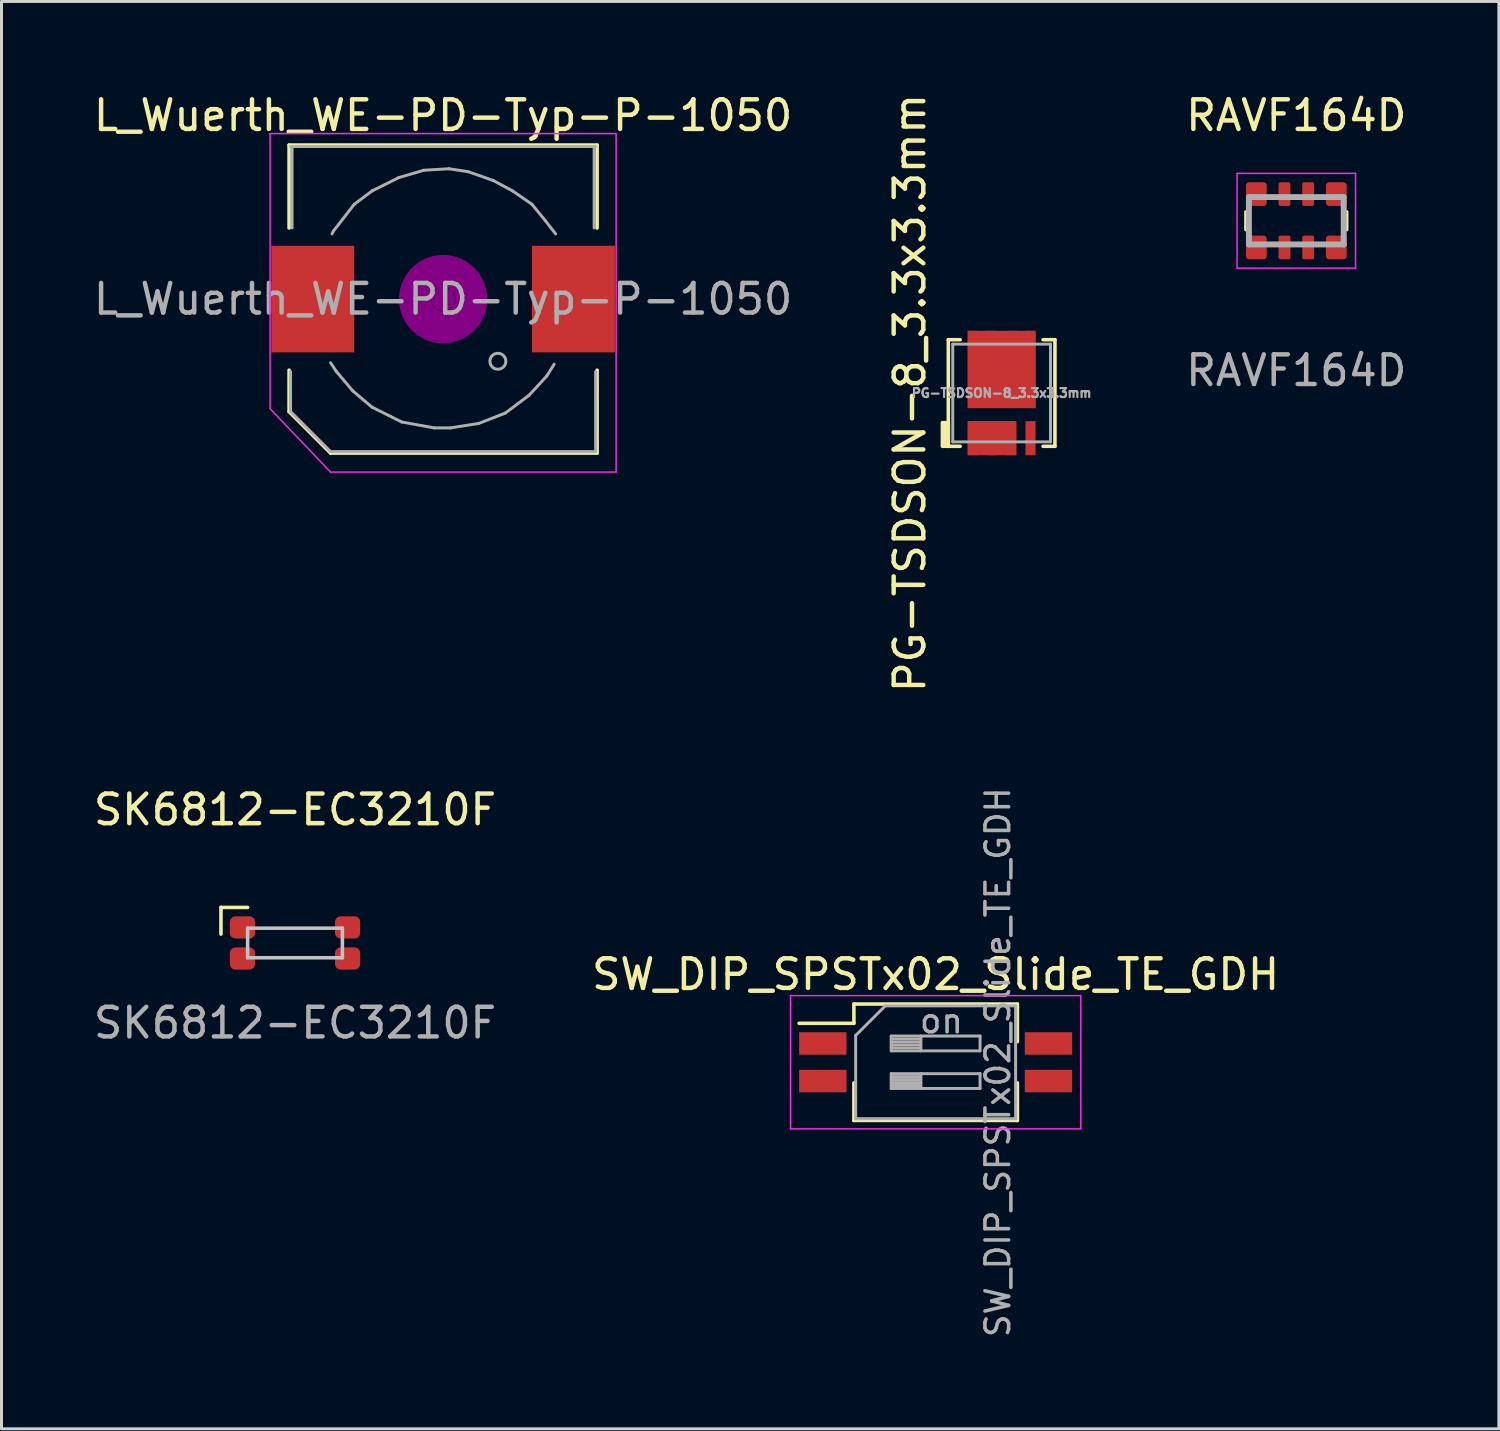
<source format=kicad_pcb>
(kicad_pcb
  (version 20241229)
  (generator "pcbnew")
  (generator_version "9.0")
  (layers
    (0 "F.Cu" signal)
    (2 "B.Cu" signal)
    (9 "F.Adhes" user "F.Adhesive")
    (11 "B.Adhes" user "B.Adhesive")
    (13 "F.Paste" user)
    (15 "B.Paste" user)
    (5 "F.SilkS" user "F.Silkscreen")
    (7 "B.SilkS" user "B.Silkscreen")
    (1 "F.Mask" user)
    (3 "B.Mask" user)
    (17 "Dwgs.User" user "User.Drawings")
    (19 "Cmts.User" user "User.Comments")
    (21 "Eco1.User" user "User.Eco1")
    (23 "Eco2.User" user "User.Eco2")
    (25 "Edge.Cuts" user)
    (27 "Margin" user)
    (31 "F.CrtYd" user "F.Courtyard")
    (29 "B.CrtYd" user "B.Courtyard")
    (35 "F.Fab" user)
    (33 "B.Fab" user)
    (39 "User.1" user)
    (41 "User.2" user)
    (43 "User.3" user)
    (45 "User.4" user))
  (footprint "PG-TSDSON-8_3.3x3.3mm"
    (layer "F.Cu")
    (at 30.77 10.22)
    (property "Reference" "PG-TSDSON-8_3.3x3.3mm" (at -3.1 0 90) (unlocked yes) (layer "F.SilkS") (effects (font (size 1 1) (thickness 0.15))))
    (attr smd)
    (fp_line (start -1.8 -1.8) (end -1.4 -1.8) (stroke (width 0.12) (type default)) (layer "F.SilkS"))
    (fp_line (start -1.8 1.8) (end -1.8 -1.8) (stroke (width 0.12) (type default)) (layer "F.SilkS"))
    (fp_line (start -1.8 1.8) (end -1.4 1.8) (stroke (width 0.12) (type default)) (layer "F.SilkS"))
    (fp_line (start 1.8 -1.8) (end 1.4 -1.8) (stroke (width 0.12) (type default)) (layer "F.SilkS"))
    (fp_line (start 1.8 -1.8) (end 1.8 1.8) (stroke (width 0.12) (type default)) (layer "F.SilkS"))
    (fp_line (start 1.8 1.8) (end 1.4 1.8) (stroke (width 0.12) (type default)) (layer "F.SilkS"))
    (fp_rect (start -2 1) (end -1.8 1.8) (stroke (width 0.12) (type solid)) (fill yes) (layer "F.SilkS"))
    (fp_line (start -1.65 -1.65) (end -1.65 1.65) (stroke (width 0.1) (type default)) (layer "F.Fab"))
    (fp_line (start -1.65 -1.65) (end 1.65 -1.65) (stroke (width 0.1) (type default)) (layer "F.Fab"))
    (fp_line (start 1.65 -1.65) (end 1.65 1.65) (stroke (width 0.1) (type default)) (layer "F.Fab"))
    (fp_line (start 1.65 1.65) (end -1.65 1.65) (stroke (width 0.1) (type default)) (layer "F.Fab"))
    (fp_text user "${REFERENCE}" (at 0 0 0) (unlocked yes) (layer "F.Fab") (effects (font (size 0.3 0.3) (thickness 0.075) (bold yes))))
    (pad "1" smd rect (at -0.975 1.725) (size 0.34 0.75) (layers "F.Cu" "F.Mask" "F.Paste"))
    (pad "1" smd rect (at -0.325 1.15 180) (size 1.64 0.4) (layers "F.Cu" "F.Mask" "F.Paste"))
    (pad "1" smd rect (at -0.325 1.525) (size 1.64 1.15) (layers "F.Cu"))
    (pad "1" smd rect (at -0.325 1.725) (size 0.34 0.75) (layers "F.Cu" "F.Mask" "F.Paste"))
    (pad "1" smd rect (at 0.325 1.725) (size 0.34 0.75) (layers "F.Cu" "F.Mask" "F.Paste"))
    (pad "2" smd rect (at 0.975 1.525) (size 0.34 1.15) (layers "F.Cu" "F.Mask" "F.Paste"))
    (pad "3" smd rect (at -0.975 -1.675) (size 0.34 0.85) (layers "F.Cu" "F.Mask" "F.Paste"))
    (pad "3" smd rect (at -0.375 -1.675) (size 0.34 0.85) (layers "F.Cu" "F.Mask" "F.Paste"))
    (pad "3" smd rect (at 0 -0.795 180) (size 2.29 2.61) (layers "F.Cu"))
    (pad "3" smd rect (at 0 -0.37 180) (size 2.29 1.76) (layers "F.Cu" "F.Mask"))
    (pad "3" smd rect (at 0.4 -1.675) (size 0.34 0.85) (layers "F.Cu" "F.Mask" "F.Paste"))
    (pad "3" smd rect (at 0.975 -1.675) (size 0.34 0.85) (layers "F.Cu" "F.Mask" "F.Paste")))
  (footprint "SK6812-EC3210F"
    (layer "F.Cu")
    (at 6.911 28.789)
    (property "Reference" "SK6812-EC3210F" (at 0 -4.5 0) (unlocked yes) (layer "F.SilkS") (effects (font (size 1 1) (thickness 0.15))))
    (attr smd)
    (fp_line (start -2.5 -1.2) (end -1.6 -1.2) (stroke (width 0.12) (type default)) (layer "F.SilkS"))
    (fp_line (start -2.5 -0.3) (end -2.5 -1.2) (stroke (width 0.12) (type default)) (layer "F.SilkS"))
    (fp_line (start -1.6 -0.5) (end 1.6 -0.5) (stroke (width 0.12) (type solid)) (layer "Dwgs.User"))
    (fp_line (start -1.6 0.5) (end -1.6 -0.5) (stroke (width 0.12) (type solid)) (layer "Dwgs.User"))
    (fp_line (start -1.6 0.5) (end 1.6 0.5) (stroke (width 0.12) (type solid)) (layer "Dwgs.User"))
    (fp_line (start 1.6 0.5) (end 1.6 -0.5) (stroke (width 0.12) (type solid)) (layer "Dwgs.User"))
    (fp_line (start -1 -0.5) (end 1 -0.5) (stroke (width 0.12) (type solid)) (layer "User.2"))
    (fp_line (start -1 0.5) (end 1 0.5) (stroke (width 0.12) (type solid)) (layer "User.2"))
    (fp_text user "${REFERENCE}" (at 0 2.7 0) (unlocked yes) (layer "F.Fab") (effects (font (size 1 1) (thickness 0.15))))
    (pad "1" smd roundrect (at -1.775 -0.525) (size 0.85 0.75) (layers "F.Cu" "F.Mask" "F.Paste") (roundrect_rratio 0.25))
    (pad "2" smd roundrect (at -1.775 0.525) (size 0.85 0.75) (layers "F.Cu" "F.Mask" "F.Paste") (roundrect_rratio 0.25))
    (pad "3" smd roundrect (at 1.775 0.525) (size 0.85 0.75) (layers "F.Cu" "F.Mask" "F.Paste") (roundrect_rratio 0.25))
    (pad "4" smd roundrect (at 1.775 -0.525) (size 0.85 0.75) (layers "F.Cu" "F.Mask" "F.Paste") (roundrect_rratio 0.25)))
  (footprint "RAVF164D"
    (layer "F.Cu")
    (at 40.72 4.404)
    (property "Reference" "RAVF164D" (at 0 -3.556 0) (unlocked yes) (layer "F.SilkS") (effects (font (size 1 1) (thickness 0.15))))
    (attr smd)
    (fp_line (start -1.7 -0.3) (end -1.7 0.3) (stroke (width 0.12) (type default)) (layer "F.SilkS"))
    (fp_line (start 1.7 -0.3) (end 1.7 0.3) (stroke (width 0.12) (type default)) (layer "F.SilkS"))
    (fp_line (start -2 -1.6) (end -2 1.6) (stroke (width 0.05) (type default)) (layer "F.CrtYd"))
    (fp_line (start -2 -1.6) (end 2 -1.6) (stroke (width 0.05) (type default)) (layer "F.CrtYd"))
    (fp_line (start -2 1.6) (end 2 1.6) (stroke (width 0.05) (type default)) (layer "F.CrtYd"))
    (fp_line (start 2 -1.6) (end 2 1.6) (stroke (width 0.05) (type default)) (layer "F.CrtYd"))
    (fp_line (start -1.6 -0.8) (end -1.6 0.8) (stroke (width 0.2) (type default)) (layer "F.Fab"))
    (fp_line (start -1.6 -0.8) (end 1.6 -0.8) (stroke (width 0.2) (type default)) (layer "F.Fab"))
    (fp_line (start -1.6 0.8) (end 1.6 0.8) (stroke (width 0.2) (type default)) (layer "F.Fab"))
    (fp_line (start 1.6 -0.8) (end 1.6 0.8) (stroke (width 0.2) (type default)) (layer "F.Fab"))
    (fp_text user "${REFERENCE}" (at 0 5.056 0) (unlocked yes) (layer "F.Fab") (effects (font (size 1 1) (thickness 0.15))))
    (pad "1" smd roundrect (at -1.35 0.9) (size 0.7 0.8) (layers "F.Cu" "F.Mask" "F.Paste") (roundrect_rratio 0.15))
    (pad "2" smd roundrect (at -0.4 0.9) (size 0.4 0.8) (layers "F.Cu" "F.Mask" "F.Paste") (roundrect_rratio 0.15))
    (pad "3" smd roundrect (at 0.4 0.9) (size 0.4 0.8) (layers "F.Cu" "F.Mask" "F.Paste") (roundrect_rratio 0.15))
    (pad "4" smd roundrect (at 1.35 0.9) (size 0.7 0.8) (layers "F.Cu" "F.Mask" "F.Paste") (roundrect_rratio 0.15))
    (pad "5" smd roundrect (at 1.35 -0.9) (size 0.7 0.8) (layers "F.Cu" "F.Mask" "F.Paste") (roundrect_rratio 0.15))
    (pad "6" smd roundrect (at 0.4 -0.9) (size 0.4 0.8) (layers "F.Cu" "F.Mask" "F.Paste") (roundrect_rratio 0.15))
    (pad "7" smd roundrect (at -0.4 -0.9) (size 0.4 0.8) (layers "F.Cu" "F.Mask" "F.Paste") (roundrect_rratio 0.15))
    (pad "8" smd roundrect (at -1.35 -0.9) (size 0.7 0.8) (layers "F.Cu" "F.Mask" "F.Paste") (roundrect_rratio 0.15)))
  (footprint "L_Wuerth_WE-PD-Typ-P-1050"
    (layer "F.Cu")
    (at 11.911 7.048)
    (property "Reference" "L_Wuerth_WE-PD-Typ-P-1050" (at 0 -6.2 0) (layer "F.SilkS") (effects (font (size 1 1) (thickness 0.15))))
    (attr smd)
    (fp_line (start -5.2 -5.2) (end 5.2 -5.2) (stroke (width 0.12) (type solid)) (layer "F.SilkS"))
    (fp_line (start -5.2 -2.4) (end -5.2 -5.2) (stroke (width 0.12) (type solid)) (layer "F.SilkS"))
    (fp_line (start -5.2 3.8) (end -5.2 2.4) (stroke (width 0.12) (type solid)) (layer "F.SilkS"))
    (fp_line (start -3.8 5.2) (end -5.2 3.8) (stroke (width 0.12) (type solid)) (layer "F.SilkS"))
    (fp_line (start 5.2 -5.2) (end 5.2 -2.4) (stroke (width 0.12) (type solid)) (layer "F.SilkS"))
    (fp_line (start 5.2 2.4) (end 5.2 5.2) (stroke (width 0.12) (type solid)) (layer "F.SilkS"))
    (fp_line (start 5.2 5.2) (end -3.8 5.2) (stroke (width 0.12) (type solid)) (layer "F.SilkS"))
    (fp_circle (center 0 0) (end 0.15 0.15) (stroke (width 0.38) (type solid)) (fill no) (layer "F.Adhes"))
    (fp_circle (center 0 0) (end 0.6 0.05) (stroke (width 0.38) (type solid)) (fill no) (layer "F.Adhes"))
    (fp_circle (center 0 0) (end 0.95 0) (stroke (width 0.38) (type solid)) (fill no) (layer "F.Adhes"))
    (fp_circle (center 0 0) (end 1.3 0.05) (stroke (width 0.38) (type solid)) (fill no) (layer "F.Adhes"))
    (fp_line (start -5.842 -5.588) (end 5.842 -5.588) (stroke (width 0.05) (type solid)) (layer "F.CrtYd"))
    (fp_line (start -5.842 3.7) (end -5.842 -5.588) (stroke (width 0.05) (type solid)) (layer "F.CrtYd"))
    (fp_line (start -3.8 5.842) (end -5.842 3.7) (stroke (width 0.05) (type solid)) (layer "F.CrtYd"))
    (fp_line (start 5.842 -5.588) (end 5.842 5.842) (stroke (width 0.05) (type solid)) (layer "F.CrtYd"))
    (fp_line (start 5.842 5.842) (end -3.8 5.842) (stroke (width 0.05) (type solid)) (layer "F.CrtYd"))
    (fp_line (start -5.15 2.45) (end -5.15 3.8) (stroke (width 0.1) (type solid)) (layer "F.Fab"))
    (fp_line (start -5.15 3.8) (end -3.8 5.15) (stroke (width 0.1) (type solid)) (layer "F.Fab"))
    (fp_line (start -5.1 -5.1) (end -5.1 -2.4) (stroke (width 0.1) (type solid)) (layer "F.Fab"))
    (fp_line (start -3.8 2.15) (end -3.6 2.45) (stroke (width 0.1) (type solid)) (layer "F.Fab"))
    (fp_line (start -3.7 -2.3) (end -3.75 -2.2) (stroke (width 0.1) (type solid)) (layer "F.Fab"))
    (fp_line (start -3.6 2.45) (end -3.05 3.1) (stroke (width 0.1) (type solid)) (layer "F.Fab"))
    (fp_line (start -3.05 3.1) (end -2.4 3.65) (stroke (width 0.1) (type solid)) (layer "F.Fab"))
    (fp_line (start -3 -3.2) (end -3.7 -2.3) (stroke (width 0.1) (type solid)) (layer "F.Fab"))
    (fp_line (start -2.4 -3.65) (end -3 -3.2) (stroke (width 0.1) (type solid)) (layer "F.Fab"))
    (fp_line (start -2.4 3.65) (end -1.4 4.15) (stroke (width 0.1) (type solid)) (layer "F.Fab"))
    (fp_line (start -1.5 -4.1) (end -2.4 -3.65) (stroke (width 0.1) (type solid)) (layer "F.Fab"))
    (fp_line (start -1.4 4.15) (end -0.3 4.35) (stroke (width 0.1) (type solid)) (layer "F.Fab"))
    (fp_line (start -0.65 -4.35) (end -1.5 -4.1) (stroke (width 0.1) (type solid)) (layer "F.Fab"))
    (fp_line (start -0.3 4.35) (end 0.25 4.35) (stroke (width 0.1) (type solid)) (layer "F.Fab"))
    (fp_line (start 0.2 -4.4) (end -0.65 -4.35) (stroke (width 0.1) (type solid)) (layer "F.Fab"))
    (fp_line (start 0.25 4.35) (end 1.2 4.2) (stroke (width 0.1) (type solid)) (layer "F.Fab"))
    (fp_line (start 0.85 -4.3) (end 0.2 -4.4) (stroke (width 0.1) (type solid)) (layer "F.Fab"))
    (fp_line (start 1.2 4.2) (end 2.1 3.85) (stroke (width 0.1) (type solid)) (layer "F.Fab"))
    (fp_line (start 1.7 -4) (end 0.85 -4.3) (stroke (width 0.1) (type solid)) (layer "F.Fab"))
    (fp_line (start 2.1 3.85) (end 2.9 3.25) (stroke (width 0.1) (type solid)) (layer "F.Fab"))
    (fp_line (start 2.35 -3.65) (end 1.7 -4) (stroke (width 0.1) (type solid)) (layer "F.Fab"))
    (fp_line (start 2.9 3.25) (end 3.5 2.6) (stroke (width 0.1) (type solid)) (layer "F.Fab"))
    (fp_line (start 3 -3.2) (end 2.35 -3.65) (stroke (width 0.1) (type solid)) (layer "F.Fab"))
    (fp_line (start 3.45 -2.65) (end 3 -3.2) (stroke (width 0.1) (type solid)) (layer "F.Fab"))
    (fp_line (start 3.5 2.6) (end 3.75 2.2) (stroke (width 0.1) (type solid)) (layer "F.Fab"))
    (fp_line (start 3.8 -2.2) (end 3.45 -2.65) (stroke (width 0.1) (type solid)) (layer "F.Fab"))
    (fp_line (start 5.1 -5.1) (end 5.1 -2.4) (stroke (width 0.1) (type solid)) (layer "F.Fab"))
    (fp_line (start 5.15 -5.15) (end -5.15 -5.15) (stroke (width 0.1) (type solid)) (layer "F.Fab"))
    (fp_line (start 5.15 5.15) (end -3.8 5.15) (stroke (width 0.1) (type solid)) (layer "F.Fab"))
    (fp_line (start 5.15 5.15) (end 5.15 2.45) (stroke (width 0.1) (type solid)) (layer "F.Fab"))
    (fp_circle (center 1.85 2.1) (end 2.1 2.2) (stroke (width 0.1) (type solid)) (fill no) (layer "F.Fab"))
    (fp_text user "${REFERENCE}" (at 0 0 0) (layer "F.Fab") (effects (font (size 1 1) (thickness 0.15))))
    (pad "1" smd rect (at -4.4 0) (size 2.8 3.6) (layers "F.Cu" "F.Mask" "F.Paste"))
    (pad "2" smd rect (at 4.4 0) (size 2.8 3.6) (layers "F.Cu" "F.Mask" "F.Paste")))
  (footprint "SW_DIP_SPSTx02_Slide_TE_GDH"
    (layer "F.Cu")
    (at 28.542 32.817)
    (property "Reference" "SW_DIP_SPSTx02_Slide_TE_GDH" (at 0 -2.965 0) (layer "F.SilkS") (effects (font (size 1 1) (thickness 0.15))))
    (attr smd)
    (fp_line (start -4.61 -1.315) (end -2.76 -1.315) (stroke (width 0.12) (type solid)) (layer "F.SilkS"))
    (fp_line (start -2.76 -1.965) (end -2.76 -1.315) (stroke (width 0.12) (type solid)) (layer "F.SilkS"))
    (fp_line (start -2.76 -1.965) (end 2.76 -1.965) (stroke (width 0.12) (type solid)) (layer "F.SilkS"))
    (fp_line (start -2.76 0.695) (end -2.76 1.965) (stroke (width 0.12) (type solid)) (layer "F.SilkS"))
    (fp_line (start -2.76 1.965) (end 2.76 1.965) (stroke (width 0.12) (type solid)) (layer "F.SilkS"))
    (fp_line (start 2.76 -1.965) (end 2.76 -0.696) (stroke (width 0.12) (type solid)) (layer "F.SilkS"))
    (fp_line (start 2.76 0.695) (end 2.76 1.965) (stroke (width 0.12) (type solid)) (layer "F.SilkS"))
    (fp_line (start -4.9 -2.25) (end -4.9 2.25) (stroke (width 0.05) (type solid)) (layer "F.CrtYd"))
    (fp_line (start -4.9 2.25) (end 4.9 2.25) (stroke (width 0.05) (type solid)) (layer "F.CrtYd"))
    (fp_line (start 4.9 -2.25) (end -4.9 -2.25) (stroke (width 0.05) (type solid)) (layer "F.CrtYd"))
    (fp_line (start 4.9 2.25) (end 4.9 -2.25) (stroke (width 0.05) (type solid)) (layer "F.CrtYd"))
    (fp_line (start -2.7 -0.905) (end -1.7 -1.905) (stroke (width 0.1) (type solid)) (layer "F.Fab"))
    (fp_line (start -2.7 1.905) (end -2.7 -0.905) (stroke (width 0.1) (type solid)) (layer "F.Fab"))
    (fp_line (start -1.7 -1.905) (end 2.7 -1.905) (stroke (width 0.1) (type solid)) (layer "F.Fab"))
    (fp_line (start -1.5 -0.885) (end -1.5 -0.385) (stroke (width 0.1) (type solid)) (layer "F.Fab"))
    (fp_line (start -1.5 -0.785) (end -0.5 -0.785) (stroke (width 0.1) (type solid)) (layer "F.Fab"))
    (fp_line (start -1.5 -0.685) (end -0.5 -0.685) (stroke (width 0.1) (type solid)) (layer "F.Fab"))
    (fp_line (start -1.5 -0.585) (end -0.5 -0.585) (stroke (width 0.1) (type solid)) (layer "F.Fab"))
    (fp_line (start -1.5 -0.485) (end -0.5 -0.485) (stroke (width 0.1) (type solid)) (layer "F.Fab"))
    (fp_line (start -1.5 -0.385) (end 1.5 -0.385) (stroke (width 0.1) (type solid)) (layer "F.Fab"))
    (fp_line (start -1.5 0.385) (end -1.5 0.885) (stroke (width 0.1) (type solid)) (layer "F.Fab"))
    (fp_line (start -1.5 0.485) (end -0.5 0.485) (stroke (width 0.1) (type solid)) (layer "F.Fab"))
    (fp_line (start -1.5 0.585) (end -0.5 0.585) (stroke (width 0.1) (type solid)) (layer "F.Fab"))
    (fp_line (start -1.5 0.685) (end -0.5 0.685) (stroke (width 0.1) (type solid)) (layer "F.Fab"))
    (fp_line (start -1.5 0.785) (end -0.5 0.785) (stroke (width 0.1) (type solid)) (layer "F.Fab"))
    (fp_line (start -1.5 0.885) (end 1.5 0.885) (stroke (width 0.1) (type solid)) (layer "F.Fab"))
    (fp_line (start -0.5 -0.885) (end -0.5 -0.385) (stroke (width 0.1) (type solid)) (layer "F.Fab"))
    (fp_line (start -0.5 0.385) (end -0.5 0.885) (stroke (width 0.1) (type solid)) (layer "F.Fab"))
    (fp_line (start 1.5 -0.885) (end -1.5 -0.885) (stroke (width 0.1) (type solid)) (layer "F.Fab"))
    (fp_line (start 1.5 -0.385) (end 1.5 -0.885) (stroke (width 0.1) (type solid)) (layer "F.Fab"))
    (fp_line (start 1.5 0.385) (end -1.5 0.385) (stroke (width 0.1) (type solid)) (layer "F.Fab"))
    (fp_line (start 1.5 0.885) (end 1.5 0.385) (stroke (width 0.1) (type solid)) (layer "F.Fab"))
    (fp_line (start 2.7 -1.905) (end 2.7 1.905) (stroke (width 0.1) (type solid)) (layer "F.Fab"))
    (fp_line (start 2.7 1.905) (end -2.7 1.905) (stroke (width 0.1) (type solid)) (layer "F.Fab"))
    (fp_text user "${REFERENCE}" (at 2.1 0 90) (layer "F.Fab") (effects (font (size 0.8 0.8) (thickness 0.12))))
    (fp_text user "on" (at 0.195 -1.395 0) (layer "F.Fab") (effects (font (size 0.8 0.8) (thickness 0.12))))
    (pad "1" smd rect (at -3.81 -0.635) (size 1.6 0.76) (layers "F.Cu" "F.Mask" "F.Paste"))
    (pad "2" smd rect (at -3.81 0.635) (size 1.6 0.76) (layers "F.Cu" "F.Mask" "F.Paste"))
    (pad "3" smd rect (at 3.81 0.635) (size 1.6 0.76) (layers "F.Cu" "F.Mask" "F.Paste"))
    (pad "4" smd rect (at 3.81 -0.635) (size 1.6 0.76) (layers "F.Cu" "F.Mask" "F.Paste")))
  (gr_rect
    (start -3 -3)
    (end 47.559 45.193)
    (stroke (width 0.1) (type default))
    (fill no)
    (layer "Edge.Cuts")))
</source>
